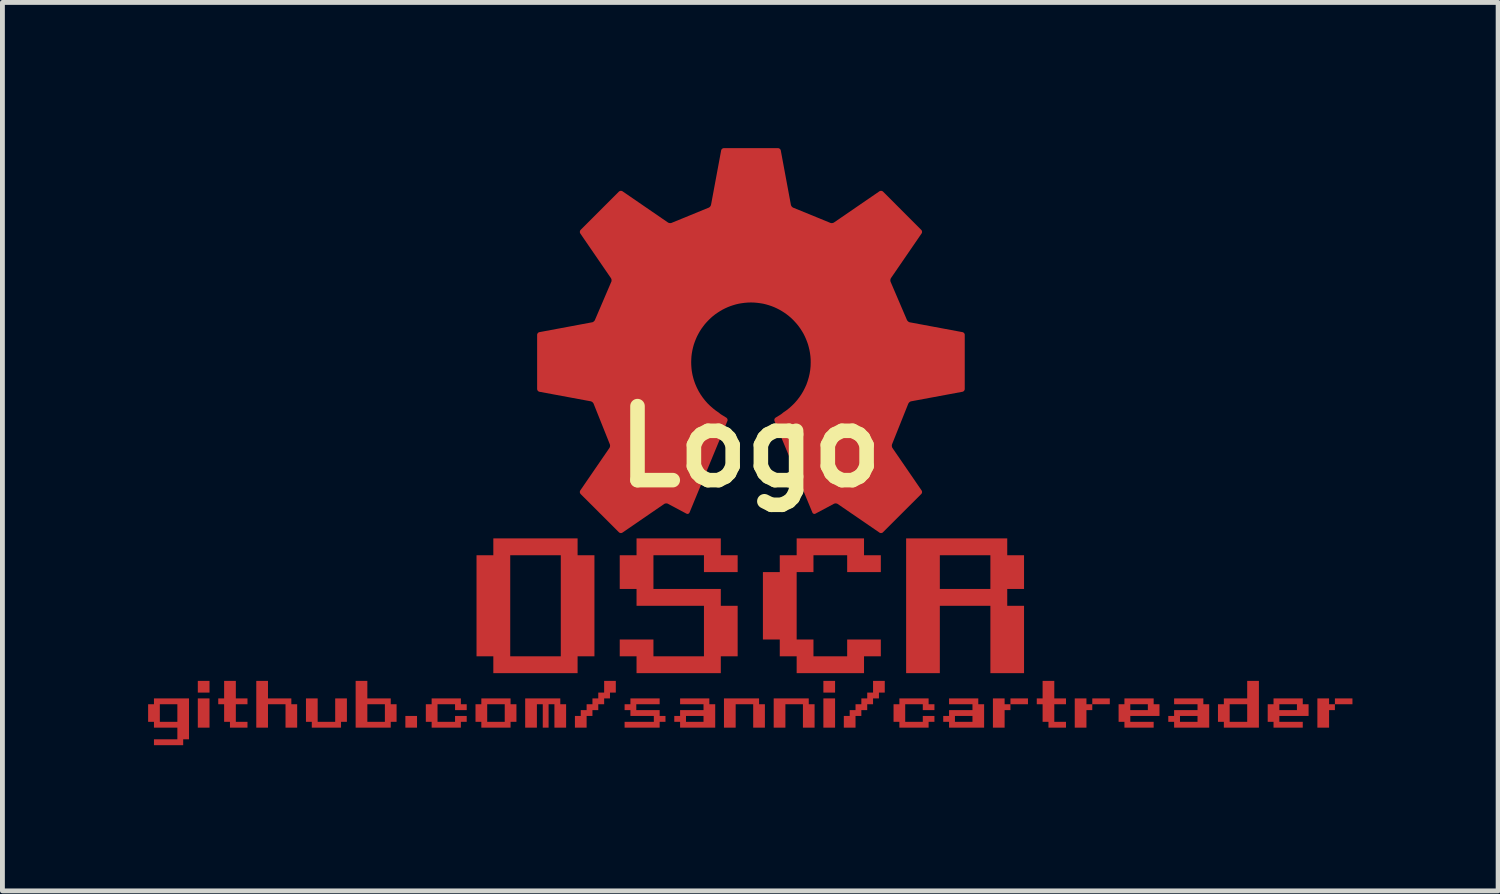
<source format=kicad_pcb>
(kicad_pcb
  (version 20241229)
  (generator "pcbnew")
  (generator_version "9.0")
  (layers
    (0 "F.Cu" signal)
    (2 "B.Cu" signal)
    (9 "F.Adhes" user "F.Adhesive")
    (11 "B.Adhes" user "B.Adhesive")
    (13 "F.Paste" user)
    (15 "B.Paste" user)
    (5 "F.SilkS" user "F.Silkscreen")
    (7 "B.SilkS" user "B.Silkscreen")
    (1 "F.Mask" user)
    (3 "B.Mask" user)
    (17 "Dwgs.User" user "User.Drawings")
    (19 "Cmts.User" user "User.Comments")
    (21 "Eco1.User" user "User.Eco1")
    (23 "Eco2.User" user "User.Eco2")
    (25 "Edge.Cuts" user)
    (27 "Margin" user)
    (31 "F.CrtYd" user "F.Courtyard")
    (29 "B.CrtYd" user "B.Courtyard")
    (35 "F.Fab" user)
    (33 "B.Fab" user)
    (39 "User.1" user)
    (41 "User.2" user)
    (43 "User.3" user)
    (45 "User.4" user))
  (footprint "Logo"
    (layer "F.Cu")
    (at 12.399 6.147)
    (property "Reference" "Logo" (at 0 0 0) (layer "F.SilkS") (effects (font (size 1.524 1.524) (thickness 0.3))))
    (attr board_only exclude_from_pos_files exclude_from_bom)
    (fp_poly (pts (xy -11.135 5.064) (xy -11.376 5.064) (xy -11.376 4.823) (xy -11.135 4.823)) (stroke (width 0) (type solid)) (fill yes) (layer "F.Cu"))
    (fp_poly (pts (xy -11.135 5.786) (xy -11.376 5.786) (xy -11.376 5.184) (xy -11.135 5.184)) (stroke (width 0) (type solid)) (fill yes) (layer "F.Cu"))
    (fp_poly (pts (xy -6.862 5.786) (xy -7.102 5.786) (xy -7.102 5.545) (xy -6.862 5.545)) (stroke (width 0) (type solid)) (fill yes) (layer "F.Cu"))
    (fp_poly (pts (xy 1.746 5.064) (xy 1.505 5.064) (xy 1.505 4.823) (xy 1.746 4.823)) (stroke (width 0) (type solid)) (fill yes) (layer "F.Cu"))
    (fp_poly (pts (xy 1.746 5.786) (xy 1.505 5.786) (xy 1.505 5.184) (xy 1.746 5.184)) (stroke (width 0) (type solid)) (fill yes) (layer "F.Cu"))
    (fp_poly (pts (xy 5.718 5.304) (xy 5.357 5.304) (xy 5.357 5.184) (xy 5.718 5.184)) (stroke (width 0) (type solid)) (fill yes) (layer "F.Cu"))
    (fp_poly (pts (xy 12.399 5.304) (xy 12.038 5.304) (xy 12.038 5.184) (xy 12.399 5.184)) (stroke (width 0) (type solid)) (fill yes) (layer "F.Cu"))
    (fp_poly (pts (xy 5.237 5.304) (xy 5.357 5.304) (xy 5.357 5.425) (xy 5.237 5.425) (xy 5.237 5.786) (xy 4.996 5.786) (xy 4.996 5.184) (xy 5.237 5.184)) (stroke (width 0) (type solid)) (fill yes) (layer "F.Cu"))
    (fp_poly (pts (xy 11.918 5.304) (xy 12.038 5.304) (xy 12.038 5.425) (xy 11.918 5.425) (xy 11.918 5.786) (xy 11.677 5.786) (xy 11.677 5.184) (xy 11.918 5.184)) (stroke (width 0) (type solid)) (fill yes) (layer "F.Cu"))
    (fp_poly (pts (xy 0.181 5.304) (xy 0.301 5.304) (xy 0.301 5.786) (xy 0.06 5.786) (xy 0.06 5.304) (xy -0.301 5.304) (xy -0.301 5.786) (xy -0.542 5.786) (xy -0.542 5.184) (xy 0.181 5.184)) (stroke (width 0) (type solid)) (fill yes) (layer "F.Cu"))
    (fp_poly (pts (xy 1.204 5.304) (xy 1.324 5.304) (xy 1.324 5.786) (xy 1.084 5.786) (xy 1.084 5.304) (xy 0.723 5.304) (xy 0.723 5.786) (xy 0.482 5.786) (xy 0.482 5.184) (xy 1.204 5.184)) (stroke (width 0) (type solid)) (fill yes) (layer "F.Cu"))
    (fp_poly (pts (xy -9.931 5.184) (xy -9.45 5.184) (xy -9.45 5.304) (xy -9.33 5.304) (xy -9.33 5.786) (xy -9.57 5.786) (xy -9.57 5.304) (xy -9.931 5.304) (xy -9.931 5.786) (xy -10.172 5.786) (xy -10.172 4.823) (xy -9.931 4.823)) (stroke (width 0) (type solid)) (fill yes) (layer "F.Cu"))
    (fp_poly (pts (xy -8.908 5.666) (xy -8.547 5.666) (xy -8.547 5.184) (xy -8.306 5.184) (xy -8.306 5.666) (xy -8.427 5.666) (xy -8.427 5.786) (xy -9.029 5.786) (xy -9.029 5.666) (xy -9.149 5.666) (xy -9.149 5.184) (xy -8.908 5.184)) (stroke (width 0) (type solid)) (fill yes) (layer "F.Cu"))
    (fp_poly (pts (xy 6.922 5.304) (xy 7.042 5.304) (xy 7.042 5.184) (xy 7.403 5.184) (xy 7.403 5.304) (xy 7.042 5.304) (xy 7.042 5.425) (xy 6.922 5.425) (xy 6.922 5.786) (xy 6.681 5.786) (xy 6.681 5.184) (xy 6.922 5.184)) (stroke (width 0) (type solid)) (fill yes) (layer "F.Cu"))
    (fp_poly (pts (xy -3.912 5.304) (xy -3.792 5.304) (xy -3.792 5.786) (xy -4.033 5.786) (xy -4.033 5.304) (xy -4.153 5.304) (xy -4.153 5.786) (xy -4.273 5.786) (xy -4.273 5.304) (xy -4.394 5.304) (xy -4.394 5.786) (xy -4.635 5.786) (xy -4.635 5.184) (xy -3.912 5.184)) (stroke (width 0) (type solid)) (fill yes) (layer "F.Cu"))
    (fp_poly (pts (xy -10.593 5.184) (xy -10.353 5.184) (xy -10.353 5.304) (xy -10.593 5.304) (xy -10.593 5.666) (xy -10.353 5.666) (xy -10.353 5.786) (xy -10.714 5.786) (xy -10.714 5.666) (xy -10.834 5.666) (xy -10.834 5.304) (xy -10.955 5.304) (xy -10.955 5.184) (xy -10.834 5.184) (xy -10.834 4.823) (xy -10.593 4.823)) (stroke (width 0) (type solid)) (fill yes) (layer "F.Cu"))
    (fp_poly (pts (xy 6.26 5.184) (xy 6.501 5.184) (xy 6.501 5.304) (xy 6.26 5.304) (xy 6.26 5.666) (xy 6.501 5.666) (xy 6.501 5.786) (xy 6.14 5.786) (xy 6.14 5.666) (xy 6.019 5.666) (xy 6.019 5.304) (xy 5.899 5.304) (xy 5.899 5.184) (xy 6.019 5.184) (xy 6.019 4.823) (xy 6.26 4.823)) (stroke (width 0) (type solid)) (fill yes) (layer "F.Cu"))
    (fp_poly (pts (xy 10.473 5.786) (xy 9.751 5.786) (xy 9.751 5.666) (xy 9.871 5.666) (xy 10.232 5.666) (xy 10.232 5.304) (xy 9.871 5.304) (xy 9.871 5.666) (xy 9.751 5.666) (xy 9.63 5.666) (xy 9.63 5.304) (xy 9.751 5.304) (xy 9.751 5.184) (xy 10.232 5.184) (xy 10.232 4.823) (xy 10.473 4.823)) (stroke (width 0) (type solid)) (fill yes) (layer "F.Cu"))
    (fp_poly (pts (xy -7.885 5.184) (xy -7.403 5.184) (xy -7.403 5.304) (xy -7.283 5.304) (xy -7.283 5.666) (xy -7.403 5.666) (xy -7.403 5.786) (xy -8.126 5.786) (xy -8.126 5.666) (xy -7.885 5.666) (xy -7.524 5.666) (xy -7.524 5.304) (xy -7.885 5.304) (xy -7.885 5.666) (xy -8.126 5.666) (xy -8.126 4.823) (xy -7.885 4.823)) (stroke (width 0) (type solid)) (fill yes) (layer "F.Cu"))
    (fp_poly (pts (xy -4.936 5.304) (xy -4.815 5.304) (xy -4.815 5.666) (xy -4.936 5.666) (xy -4.936 5.786) (xy -5.538 5.786) (xy -5.538 5.666) (xy -5.417 5.666) (xy -5.056 5.666) (xy -5.056 5.304) (xy -5.417 5.304) (xy -5.417 5.666) (xy -5.538 5.666) (xy -5.658 5.666) (xy -5.658 5.304) (xy -5.538 5.304) (xy -5.538 5.184) (xy -4.936 5.184)) (stroke (width 0) (type solid)) (fill yes) (layer "F.Cu"))
    (fp_poly (pts (xy -3.556 2.236) (xy -3.209 2.236) (xy -3.209 4.317) (xy -3.556 4.317) (xy -3.556 4.664) (xy -5.291 4.664) (xy -5.291 4.317) (xy -4.943 4.317) (xy -3.902 4.317) (xy -3.902 2.236) (xy -4.943 2.236) (xy -4.943 4.317) (xy -5.291 4.317) (xy -5.637 4.317) (xy -5.637 2.236) (xy -5.291 2.236) (xy -5.291 1.889) (xy -3.556 1.889)) (stroke (width 0) (type solid)) (fill yes) (layer "F.Cu"))
    (fp_poly (pts (xy -11.557 6.026) (xy -11.677 6.026) (xy -11.677 6.147) (xy -12.279 6.147) (xy -12.279 6.026) (xy -11.797 6.026) (xy -11.797 5.786) (xy -12.279 5.786) (xy -12.279 5.666) (xy -12.158 5.666) (xy -11.797 5.666) (xy -11.797 5.304) (xy -12.158 5.304) (xy -12.158 5.666) (xy -12.279 5.666) (xy -12.399 5.666) (xy -12.399 5.304) (xy -12.279 5.304) (xy -12.279 5.184) (xy -11.557 5.184)) (stroke (width 0) (type solid)) (fill yes) (layer "F.Cu"))
    (fp_poly (pts (xy -5.959 5.304) (xy -5.839 5.304) (xy -5.839 5.425) (xy -6.079 5.425) (xy -6.079 5.304) (xy -6.44 5.304) (xy -6.44 5.666) (xy -6.079 5.666) (xy -6.079 5.545) (xy -5.839 5.545) (xy -5.839 5.666) (xy -5.959 5.666) (xy -5.959 5.786) (xy -6.561 5.786) (xy -6.561 5.666) (xy -6.681 5.666) (xy -6.681 5.304) (xy -6.561 5.304) (xy -6.561 5.184) (xy -5.959 5.184)) (stroke (width 0) (type solid)) (fill yes) (layer "F.Cu"))
    (fp_poly (pts (xy -1.866 5.304) (xy -2.347 5.304) (xy -2.347 5.425) (xy -1.866 5.425) (xy -1.866 5.545) (xy -1.746 5.545) (xy -1.746 5.666) (xy -1.866 5.666) (xy -1.866 5.786) (xy -2.588 5.786) (xy -2.588 5.666) (xy -1.986 5.666) (xy -1.986 5.545) (xy -2.468 5.545) (xy -2.468 5.425) (xy -2.588 5.425) (xy -2.588 5.304) (xy -2.468 5.304) (xy -2.468 5.184) (xy -1.866 5.184)) (stroke (width 0) (type solid)) (fill yes) (layer "F.Cu"))
    (fp_poly (pts (xy -0.843 5.304) (xy -0.722 5.304) (xy -0.722 5.786) (xy -1.445 5.786) (xy -1.445 5.666) (xy -1.324 5.666) (xy -0.963 5.666) (xy -0.963 5.545) (xy -1.324 5.545) (xy -1.324 5.666) (xy -1.445 5.666) (xy -1.565 5.666) (xy -1.565 5.545) (xy -1.445 5.545) (xy -1.445 5.425) (xy -0.963 5.425) (xy -0.963 5.304) (xy -1.445 5.304) (xy -1.445 5.184) (xy -0.843 5.184)) (stroke (width 0) (type solid)) (fill yes) (layer "F.Cu"))
    (fp_poly (pts (xy 3.672 5.304) (xy 3.792 5.304) (xy 3.792 5.425) (xy 3.552 5.425) (xy 3.552 5.304) (xy 3.19 5.304) (xy 3.19 5.666) (xy 3.552 5.666) (xy 3.552 5.545) (xy 3.792 5.545) (xy 3.792 5.666) (xy 3.672 5.666) (xy 3.672 5.786) (xy 3.07 5.786) (xy 3.07 5.666) (xy 2.95 5.666) (xy 2.95 5.304) (xy 3.07 5.304) (xy 3.07 5.184) (xy 3.672 5.184)) (stroke (width 0) (type solid)) (fill yes) (layer "F.Cu"))
    (fp_poly (pts (xy 4.695 5.304) (xy 4.815 5.304) (xy 4.815 5.786) (xy 4.093 5.786) (xy 4.093 5.666) (xy 4.214 5.666) (xy 4.575 5.666) (xy 4.575 5.545) (xy 4.214 5.545) (xy 4.214 5.666) (xy 4.093 5.666) (xy 3.973 5.666) (xy 3.973 5.545) (xy 4.093 5.545) (xy 4.093 5.425) (xy 4.575 5.425) (xy 4.575 5.304) (xy 4.093 5.304) (xy 4.093 5.184) (xy 4.695 5.184)) (stroke (width 0) (type solid)) (fill yes) (layer "F.Cu"))
    (fp_poly (pts (xy 9.329 5.304) (xy 9.45 5.304) (xy 9.45 5.786) (xy 8.727 5.786) (xy 8.727 5.666) (xy 8.848 5.666) (xy 9.209 5.666) (xy 9.209 5.545) (xy 8.848 5.545) (xy 8.848 5.666) (xy 8.727 5.666) (xy 8.607 5.666) (xy 8.607 5.545) (xy 8.727 5.545) (xy 8.727 5.425) (xy 9.209 5.425) (xy 9.209 5.304) (xy 8.727 5.304) (xy 8.727 5.184) (xy 9.329 5.184)) (stroke (width 0) (type solid)) (fill yes) (layer "F.Cu"))
    (fp_poly (pts (xy 5.291 2.236) (xy 5.637 2.236) (xy 5.637 2.93) (xy 5.291 2.93) (xy 5.291 3.277) (xy 5.637 3.277) (xy 5.637 4.664) (xy 4.944 4.664) (xy 4.944 3.277) (xy 3.903 3.277) (xy 3.903 4.664) (xy 3.209 4.664) (xy 3.209 2.93) (xy 3.903 2.93) (xy 4.944 2.93) (xy 4.944 2.236) (xy 3.903 2.236) (xy 3.903 2.93) (xy 3.209 2.93) (xy 3.209 1.889) (xy 5.291 1.889)) (stroke (width 0) (type solid)) (fill yes) (layer "F.Cu"))
    (fp_poly (pts (xy 8.306 5.304) (xy 8.426 5.304) (xy 8.426 5.545) (xy 7.825 5.545) (xy 7.825 5.666) (xy 8.306 5.666) (xy 8.306 5.786) (xy 7.704 5.786) (xy 7.704 5.666) (xy 7.584 5.666) (xy 7.584 5.425) (xy 7.825 5.425) (xy 8.186 5.425) (xy 8.186 5.304) (xy 7.825 5.304) (xy 7.825 5.425) (xy 7.584 5.425) (xy 7.584 5.304) (xy 7.704 5.304) (xy 7.704 5.184) (xy 8.306 5.184)) (stroke (width 0) (type solid)) (fill yes) (layer "F.Cu"))
    (fp_poly (pts (xy 11.376 5.304) (xy 11.496 5.304) (xy 11.496 5.545) (xy 10.894 5.545) (xy 10.894 5.666) (xy 11.376 5.666) (xy 11.376 5.786) (xy 10.774 5.786) (xy 10.774 5.666) (xy 10.654 5.666) (xy 10.654 5.425) (xy 10.894 5.425) (xy 11.256 5.425) (xy 11.256 5.304) (xy 10.894 5.304) (xy 10.894 5.425) (xy 10.654 5.425) (xy 10.654 5.304) (xy 10.774 5.304) (xy 10.774 5.184) (xy 11.376 5.184)) (stroke (width 0) (type solid)) (fill yes) (layer "F.Cu"))
    (fp_poly (pts (xy -2.769 5.064) (xy -2.889 5.064) (xy -2.889 5.184) (xy -3.009 5.184) (xy -3.009 5.304) (xy -3.13 5.304) (xy -3.13 5.425) (xy -3.25 5.425) (xy -3.25 5.545) (xy -3.37 5.545) (xy -3.37 5.786) (xy -3.611 5.786) (xy -3.611 5.545) (xy -3.491 5.545) (xy -3.491 5.425) (xy -3.37 5.425) (xy -3.37 5.304) (xy -3.25 5.304) (xy -3.25 5.184) (xy -3.13 5.184) (xy -3.13 5.064) (xy -3.009 5.064) (xy -3.009 4.823) (xy -2.769 4.823)) (stroke (width 0) (type solid)) (fill yes) (layer "F.Cu"))
    (fp_poly (pts (xy 2.769 5.064) (xy 2.649 5.064) (xy 2.649 5.184) (xy 2.528 5.184) (xy 2.528 5.304) (xy 2.408 5.304) (xy 2.408 5.425) (xy 2.287 5.425) (xy 2.287 5.545) (xy 2.167 5.545) (xy 2.167 5.786) (xy 1.926 5.786) (xy 1.926 5.545) (xy 2.047 5.545) (xy 2.047 5.425) (xy 2.167 5.425) (xy 2.167 5.304) (xy 2.287 5.304) (xy 2.287 5.184) (xy 2.408 5.184) (xy 2.408 5.064) (xy 2.528 5.064) (xy 2.528 4.823) (xy 2.769 4.823)) (stroke (width 0) (type solid)) (fill yes) (layer "F.Cu"))
    (fp_poly (pts (xy -0.607 2.236) (xy -0.26 2.236) (xy -0.26 2.583) (xy -0.954 2.583) (xy -0.954 2.236) (xy -1.994 2.236) (xy -1.994 2.93) (xy -0.607 2.93) (xy -0.607 3.277) (xy -0.26 3.277) (xy -0.26 4.317) (xy -0.607 4.317) (xy -0.607 4.664) (xy -2.342 4.664) (xy -2.342 4.317) (xy -2.688 4.317) (xy -2.688 3.971) (xy -1.994 3.971) (xy -1.994 4.317) (xy -0.954 4.317) (xy -0.954 3.277) (xy -2.342 3.277) (xy -2.342 2.93) (xy -2.688 2.93) (xy -2.688 2.236) (xy -2.342 2.236) (xy -2.342 1.889) (xy -0.607 1.889)) (stroke (width 0) (type solid)) (fill yes) (layer "F.Cu"))
    (fp_poly (pts (xy 2.342 2.236) (xy 2.688 2.236) (xy 2.688 2.583) (xy 1.995 2.583) (xy 1.995 2.236) (xy 1.301 2.236) (xy 1.301 2.583) (xy 0.955 2.583) (xy 0.955 3.971) (xy 1.301 3.971) (xy 1.301 4.317) (xy 1.995 4.317) (xy 1.995 3.971) (xy 2.688 3.971) (xy 2.688 4.317) (xy 2.342 4.317) (xy 2.342 4.664) (xy 0.955 4.664) (xy 0.955 4.317) (xy 0.607 4.317) (xy 0.607 3.971) (xy 0.26 3.971) (xy 0.26 2.583) (xy 0.607 2.583) (xy 0.607 2.236) (xy 0.955 2.236) (xy 0.955 1.889) (xy 2.342 1.889)) (stroke (width 0) (type solid)) (fill yes) (layer "F.Cu"))
    (fp_poly (pts (xy 0.573 -6.147) (xy 0.575 -6.147) (xy 0.578 -6.146) (xy 0.58 -6.146) (xy 0.583 -6.145) (xy 0.585 -6.145) (xy 0.587 -6.144) (xy 0.59 -6.143) (xy 0.592 -6.142) (xy 0.594 -6.141) (xy 0.597 -6.14) (xy 0.599 -6.139) (xy 0.601 -6.137) (xy 0.603 -6.136) (xy 0.605 -6.134) (xy 0.607 -6.133) (xy 0.609 -6.131) (xy 0.611 -6.129) (xy 0.613 -6.128) (xy 0.614 -6.126) (xy 0.616 -6.124) (xy 0.618 -6.122) (xy 0.619 -6.12) (xy 0.62 -6.118) (xy 0.622 -6.115) (xy 0.623 -6.113) (xy 0.624 -6.111) (xy 0.625 -6.109) (xy 0.626 -6.106) (xy 0.627 -6.104) (xy 0.627 -6.102) (xy 0.628 -6.099) (xy 0.836 -4.981) (xy 0.836 -4.978) (xy 0.837 -4.976) (xy 0.839 -4.971) (xy 0.841 -4.966) (xy 0.843 -4.961) (xy 0.846 -4.956) (xy 0.849 -4.951) (xy 0.852 -4.947) (xy 0.856 -4.942) (xy 0.86 -4.938) (xy 0.864 -4.934) (xy 0.868 -4.931) (xy 0.873 -4.927) (xy 0.877 -4.924) (xy 0.882 -4.922) (xy 0.884 -4.92) (xy 0.886 -4.919) (xy 0.889 -4.918) (xy 0.891 -4.918) (xy 1.641 -4.611) (xy 1.645 -4.609) (xy 1.65 -4.607) (xy 1.655 -4.606) (xy 1.661 -4.605) (xy 1.666 -4.604) (xy 1.672 -4.603) (xy 1.678 -4.603) (xy 1.683 -4.604) (xy 1.689 -4.604) (xy 1.695 -4.605) (xy 1.7 -4.606) (xy 1.706 -4.608) (xy 1.711 -4.61) (xy 1.716 -4.612) (xy 1.72 -4.614) (xy 1.725 -4.617) (xy 2.659 -5.258) (xy 2.661 -5.259) (xy 2.663 -5.261) (xy 2.665 -5.262) (xy 2.668 -5.263) (xy 2.67 -5.264) (xy 2.672 -5.265) (xy 2.675 -5.265) (xy 2.677 -5.266) (xy 2.68 -5.266) (xy 2.682 -5.267) (xy 2.687 -5.267) (xy 2.692 -5.268) (xy 2.697 -5.267) (xy 2.702 -5.267) (xy 2.707 -5.266) (xy 2.712 -5.264) (xy 2.715 -5.263) (xy 2.717 -5.262) (xy 2.719 -5.261) (xy 2.722 -5.26) (xy 2.724 -5.259) (xy 2.726 -5.257) (xy 2.728 -5.256) (xy 2.73 -5.254) (xy 2.732 -5.253) (xy 2.734 -5.251) (xy 3.52 -4.464) (xy 3.522 -4.462) (xy 3.524 -4.46) (xy 3.525 -4.458) (xy 3.527 -4.456) (xy 3.528 -4.454) (xy 3.529 -4.452) (xy 3.532 -4.448) (xy 3.533 -4.443) (xy 3.535 -4.438) (xy 3.536 -4.433) (xy 3.537 -4.428) (xy 3.537 -4.423) (xy 3.537 -4.418) (xy 3.536 -4.413) (xy 3.535 -4.408) (xy 3.534 -4.403) (xy 3.533 -4.401) (xy 3.532 -4.398) (xy 3.531 -4.396) (xy 3.53 -4.394) (xy 3.529 -4.392) (xy 3.527 -4.389) (xy 2.897 -3.471) (xy 2.895 -3.467) (xy 2.892 -3.462) (xy 2.89 -3.457) (xy 2.888 -3.452) (xy 2.887 -3.447) (xy 2.886 -3.441) (xy 2.885 -3.436) (xy 2.884 -3.43) (xy 2.884 -3.424) (xy 2.884 -3.419) (xy 2.885 -3.413) (xy 2.886 -3.408) (xy 2.887 -3.402) (xy 2.888 -3.397) (xy 2.89 -3.392) (xy 2.892 -3.388) (xy 3.223 -2.615) (xy 3.225 -2.61) (xy 3.228 -2.605) (xy 3.23 -2.601) (xy 3.234 -2.596) (xy 3.237 -2.592) (xy 3.241 -2.587) (xy 3.245 -2.583) (xy 3.249 -2.579) (xy 3.253 -2.576) (xy 3.258 -2.572) (xy 3.263 -2.569) (xy 3.268 -2.567) (xy 3.273 -2.564) (xy 3.278 -2.562) (xy 3.283 -2.561) (xy 3.287 -2.56) (xy 4.369 -2.358) (xy 4.369 -2.359) (xy 4.371 -2.358) (xy 4.373 -2.357) (xy 4.376 -2.357) (xy 4.378 -2.356) (xy 4.381 -2.355) (xy 4.383 -2.354) (xy 4.385 -2.352) (xy 4.387 -2.351) (xy 4.391 -2.348) (xy 4.395 -2.345) (xy 4.399 -2.342) (xy 4.402 -2.338) (xy 4.406 -2.334) (xy 4.408 -2.33) (xy 4.411 -2.325) (xy 4.412 -2.323) (xy 4.413 -2.32) (xy 4.414 -2.318) (xy 4.414 -2.316) (xy 4.415 -2.313) (xy 4.415 -2.311) (xy 4.416 -2.308) (xy 4.416 -2.306) (xy 4.416 -2.303) (xy 4.416 -2.301) (xy 4.416 -1.188) (xy 4.416 -1.185) (xy 4.416 -1.183) (xy 4.416 -1.18) (xy 4.415 -1.178) (xy 4.415 -1.176) (xy 4.414 -1.173) (xy 4.413 -1.171) (xy 4.413 -1.168) (xy 4.412 -1.166) (xy 4.41 -1.164) (xy 4.409 -1.161) (xy 4.408 -1.159) (xy 4.407 -1.157) (xy 4.405 -1.155) (xy 4.404 -1.153) (xy 4.402 -1.151) (xy 4.401 -1.149) (xy 4.399 -1.147) (xy 4.397 -1.145) (xy 4.395 -1.144) (xy 4.393 -1.142) (xy 4.391 -1.14) (xy 4.389 -1.139) (xy 4.387 -1.138) (xy 4.385 -1.136) (xy 4.383 -1.135) (xy 4.38 -1.134) (xy 4.378 -1.133) (xy 4.376 -1.132) (xy 4.373 -1.131) (xy 4.371 -1.131) (xy 4.368 -1.13) (xy 3.314 -0.934) (xy 3.311 -0.933) (xy 3.309 -0.933) (xy 3.306 -0.932) (xy 3.304 -0.931) (xy 3.299 -0.929) (xy 3.294 -0.927) (xy 3.289 -0.924) (xy 3.284 -0.921) (xy 3.28 -0.918) (xy 3.276 -0.914) (xy 3.271 -0.91) (xy 3.268 -0.906) (xy 3.264 -0.902) (xy 3.261 -0.897) (xy 3.258 -0.893) (xy 3.255 -0.888) (xy 3.253 -0.883) (xy 3.252 -0.881) (xy 3.251 -0.879) (xy 2.922 -0.056) (xy 2.92 -0.051) (xy 2.918 -0.046) (xy 2.917 -0.041) (xy 2.916 -0.036) (xy 2.915 -0.03) (xy 2.915 -0.025) (xy 2.915 -0.019) (xy 2.915 -0.013) (xy 2.916 -0.008) (xy 2.916 -0.002) (xy 2.918 0.003) (xy 2.919 0.009) (xy 2.921 0.014) (xy 2.923 0.019) (xy 2.925 0.024) (xy 2.928 0.028) (xy 3.527 0.901) (xy 3.529 0.903) (xy 3.53 0.905) (xy 3.531 0.907) (xy 3.532 0.91) (xy 3.533 0.912) (xy 3.534 0.914) (xy 3.535 0.917) (xy 3.535 0.919) (xy 3.536 0.922) (xy 3.536 0.924) (xy 3.537 0.929) (xy 3.537 0.934) (xy 3.537 0.939) (xy 3.536 0.944) (xy 3.535 0.949) (xy 3.533 0.954) (xy 3.533 0.957) (xy 3.532 0.959) (xy 3.53 0.961) (xy 3.529 0.964) (xy 3.528 0.966) (xy 3.527 0.968) (xy 3.525 0.97) (xy 3.524 0.972) (xy 3.522 0.974) (xy 3.52 0.976) (xy 2.733 1.762) (xy 2.732 1.764) (xy 2.73 1.766) (xy 2.728 1.767) (xy 2.726 1.769) (xy 2.724 1.77) (xy 2.721 1.771) (xy 2.717 1.774) (xy 2.712 1.775) (xy 2.707 1.777) (xy 2.702 1.778) (xy 2.697 1.779) (xy 2.692 1.779) (xy 2.687 1.779) (xy 2.682 1.778) (xy 2.677 1.777) (xy 2.672 1.776) (xy 2.67 1.775) (xy 2.668 1.774) (xy 2.665 1.773) (xy 2.663 1.772) (xy 2.661 1.771) (xy 2.659 1.769) (xy 1.801 1.181) (xy 1.797 1.178) (xy 1.792 1.176) (xy 1.787 1.174) (xy 1.782 1.172) (xy 1.777 1.171) (xy 1.772 1.17) (xy 1.766 1.169) (xy 1.761 1.169) (xy 1.755 1.169) (xy 1.749 1.169) (xy 1.744 1.17) (xy 1.739 1.171) (xy 1.733 1.172) (xy 1.728 1.174) (xy 1.724 1.176) (xy 1.719 1.178) (xy 1.341 1.38) (xy 1.339 1.381) (xy 1.336 1.382) (xy 1.334 1.383) (xy 1.332 1.383) (xy 1.329 1.384) (xy 1.327 1.384) (xy 1.325 1.385) (xy 1.322 1.385) (xy 1.32 1.385) (xy 1.318 1.385) (xy 1.316 1.385) (xy 1.313 1.384) (xy 1.311 1.384) (xy 1.309 1.384) (xy 1.307 1.383) (xy 1.305 1.382) (xy 1.303 1.381) (xy 1.301 1.38) (xy 1.299 1.379) (xy 1.297 1.378) (xy 1.295 1.377) (xy 1.293 1.376) (xy 1.291 1.374) (xy 1.289 1.373) (xy 1.288 1.371) (xy 1.286 1.369) (xy 1.285 1.367) (xy 1.283 1.366) (xy 1.282 1.364) (xy 1.281 1.361) (xy 1.28 1.359) (xy 1.279 1.357) (xy 0.499 -0.527) (xy 0.498 -0.53) (xy 0.497 -0.532) (xy 0.497 -0.534) (xy 0.496 -0.537) (xy 0.496 -0.539) (xy 0.495 -0.542) (xy 0.495 -0.544) (xy 0.495 -0.547) (xy 0.495 -0.549) (xy 0.495 -0.552) (xy 0.495 -0.554) (xy 0.496 -0.557) (xy 0.496 -0.559) (xy 0.497 -0.562) (xy 0.497 -0.564) (xy 0.498 -0.566) (xy 0.499 -0.569) (xy 0.5 -0.571) (xy 0.501 -0.573) (xy 0.502 -0.576) (xy 0.503 -0.578) (xy 0.504 -0.58) (xy 0.506 -0.582) (xy 0.507 -0.584) (xy 0.509 -0.586) (xy 0.51 -0.588) (xy 0.512 -0.59) (xy 0.514 -0.592) (xy 0.516 -0.593) (xy 0.518 -0.595) (xy 0.52 -0.596) (xy 0.522 -0.598) (xy 0.617 -0.656) (xy 0.623 -0.66) (xy 0.631 -0.665) (xy 0.638 -0.67) (xy 0.646 -0.676) (xy 0.654 -0.682) (xy 0.662 -0.689) (xy 0.669 -0.695) (xy 0.676 -0.701) (xy 0.739 -0.744) (xy 0.799 -0.791) (xy 0.855 -0.841) (xy 0.909 -0.894) (xy 0.959 -0.951) (xy 1.006 -1.011) (xy 1.049 -1.073) (xy 1.088 -1.138) (xy 1.123 -1.206) (xy 1.155 -1.276) (xy 1.181 -1.349) (xy 1.203 -1.423) (xy 1.221 -1.499) (xy 1.234 -1.577) (xy 1.242 -1.657) (xy 1.244 -1.738) (xy 1.243 -1.801) (xy 1.238 -1.864) (xy 1.23 -1.925) (xy 1.219 -1.986) (xy 1.205 -2.046) (xy 1.189 -2.104) (xy 1.169 -2.161) (xy 1.147 -2.217) (xy 1.123 -2.271) (xy 1.096 -2.325) (xy 1.066 -2.376) (xy 1.034 -2.426) (xy 1 -2.474) (xy 0.963 -2.521) (xy 0.924 -2.565) (xy 0.884 -2.608) (xy 0.841 -2.649) (xy 0.796 -2.688) (xy 0.75 -2.724) (xy 0.702 -2.758) (xy 0.652 -2.79) (xy 0.6 -2.82) (xy 0.547 -2.847) (xy 0.493 -2.872) (xy 0.437 -2.894) (xy 0.38 -2.913) (xy 0.321 -2.93) (xy 0.262 -2.944) (xy 0.201 -2.954) (xy 0.139 -2.962) (xy 0.077 -2.967) (xy 0.014 -2.969) (xy -0.05 -2.967) (xy -0.112 -2.962) (xy -0.174 -2.954) (xy -0.234 -2.944) (xy -0.294 -2.93) (xy -0.352 -2.913) (xy -0.409 -2.894) (xy -0.465 -2.872) (xy -0.52 -2.847) (xy -0.573 -2.82) (xy -0.624 -2.79) (xy -0.674 -2.758) (xy -0.723 -2.724) (xy -0.769 -2.688) (xy -0.814 -2.649) (xy -0.856 -2.608) (xy -0.897 -2.565) (xy -0.936 -2.521) (xy -0.972 -2.474) (xy -1.007 -2.426) (xy -1.039 -2.376) (xy -1.068 -2.325) (xy -1.096 -2.271) (xy -1.12 -2.217) (xy -1.142 -2.161) (xy -1.162 -2.104) (xy -1.178 -2.046) (xy -1.192 -1.986) (xy -1.203 -1.925) (xy -1.211 -1.864) (xy -1.215 -1.801) (xy -1.217 -1.738) (xy -1.216 -1.697) (xy -1.214 -1.657) (xy -1.211 -1.617) (xy -1.207 -1.577) (xy -1.201 -1.538) (xy -1.194 -1.499) (xy -1.186 -1.461) (xy -1.176 -1.423) (xy -1.166 -1.386) (xy -1.154 -1.349) (xy -1.141 -1.312) (xy -1.127 -1.276) (xy -1.112 -1.241) (xy -1.096 -1.206) (xy -1.061 -1.138) (xy -1.022 -1.073) (xy -0.979 -1.011) (xy -0.932 -0.951) (xy -0.882 -0.894) (xy -0.828 -0.841) (xy -0.771 -0.791) (xy -0.712 -0.744) (xy -0.649 -0.701) (xy -0.642 -0.695) (xy -0.634 -0.689) (xy -0.627 -0.682) (xy -0.619 -0.676) (xy -0.611 -0.67) (xy -0.603 -0.665) (xy -0.596 -0.66) (xy -0.589 -0.656) (xy -0.495 -0.598) (xy -0.492 -0.596) (xy -0.49 -0.595) (xy -0.488 -0.593) (xy -0.487 -0.592) (xy -0.485 -0.59) (xy -0.483 -0.588) (xy -0.48 -0.584) (xy -0.477 -0.58) (xy -0.475 -0.576) (xy -0.472 -0.571) (xy -0.471 -0.566) (xy -0.469 -0.562) (xy -0.468 -0.557) (xy -0.468 -0.552) (xy -0.468 -0.547) (xy -0.468 -0.542) (xy -0.468 -0.539) (xy -0.469 -0.537) (xy -0.469 -0.534) (xy -0.47 -0.532) (xy -0.471 -0.529) (xy -0.472 -0.527) (xy -1.251 1.357) (xy -1.252 1.359) (xy -1.254 1.361) (xy -1.255 1.363) (xy -1.256 1.366) (xy -1.257 1.367) (xy -1.259 1.369) (xy -1.26 1.371) (xy -1.262 1.373) (xy -1.264 1.374) (xy -1.266 1.376) (xy -1.267 1.377) (xy -1.269 1.378) (xy -1.271 1.379) (xy -1.273 1.38) (xy -1.275 1.381) (xy -1.277 1.382) (xy -1.279 1.383) (xy -1.282 1.384) (xy -1.284 1.384) (xy -1.286 1.384) (xy -1.288 1.385) (xy -1.291 1.385) (xy -1.293 1.385) (xy -1.295 1.385) (xy -1.297 1.385) (xy -1.3 1.384) (xy -1.302 1.384) (xy -1.304 1.383) (xy -1.307 1.383) (xy -1.309 1.382) (xy -1.311 1.381) (xy -1.314 1.38) (xy -1.692 1.178) (xy -1.696 1.176) (xy -1.701 1.174) (xy -1.706 1.172) (xy -1.711 1.17) (xy -1.717 1.17) (xy -1.722 1.169) (xy -1.728 1.169) (xy -1.733 1.169) (xy -1.739 1.169) (xy -1.744 1.17) (xy -1.75 1.171) (xy -1.755 1.172) (xy -1.76 1.174) (xy -1.765 1.176) (xy -1.77 1.178) (xy -1.774 1.181) (xy -2.631 1.769) (xy -2.634 1.771) (xy -2.636 1.772) (xy -2.638 1.773) (xy -2.64 1.774) (xy -2.643 1.775) (xy -2.645 1.776) (xy -2.647 1.777) (xy -2.65 1.777) (xy -2.655 1.778) (xy -2.66 1.779) (xy -2.665 1.779) (xy -2.67 1.779) (xy -2.675 1.778) (xy -2.68 1.777) (xy -2.685 1.775) (xy -2.687 1.774) (xy -2.69 1.773) (xy -2.692 1.772) (xy -2.694 1.771) (xy -2.696 1.77) (xy -2.698 1.769) (xy -2.7 1.767) (xy -2.702 1.766) (xy -2.704 1.764) (xy -2.706 1.762) (xy -3.493 0.976) (xy -3.495 0.974) (xy -3.496 0.972) (xy -3.498 0.97) (xy -3.499 0.968) (xy -3.501 0.966) (xy -3.502 0.963) (xy -3.504 0.959) (xy -3.506 0.954) (xy -3.508 0.949) (xy -3.509 0.944) (xy -3.509 0.939) (xy -3.51 0.934) (xy -3.509 0.929) (xy -3.509 0.924) (xy -3.508 0.919) (xy -3.507 0.914) (xy -3.506 0.912) (xy -3.505 0.91) (xy -3.504 0.907) (xy -3.503 0.905) (xy -3.501 0.903) (xy -3.5 0.901) (xy -2.901 0.028) (xy -2.898 0.024) (xy -2.896 0.019) (xy -2.894 0.014) (xy -2.892 0.009) (xy -2.89 0.003) (xy -2.889 -0.002) (xy -2.888 -0.008) (xy -2.888 -0.013) (xy -2.887 -0.019) (xy -2.887 -0.025) (xy -2.888 -0.03) (xy -2.889 -0.036) (xy -2.89 -0.041) (xy -2.891 -0.047) (xy -2.893 -0.051) (xy -2.895 -0.056) (xy -3.224 -0.879) (xy -3.225 -0.881) (xy -3.226 -0.883) (xy -3.228 -0.888) (xy -3.23 -0.893) (xy -3.233 -0.897) (xy -3.237 -0.902) (xy -3.24 -0.906) (xy -3.244 -0.91) (xy -3.248 -0.914) (xy -3.253 -0.918) (xy -3.257 -0.921) (xy -3.262 -0.924) (xy -3.267 -0.927) (xy -3.272 -0.929) (xy -3.277 -0.931) (xy -3.282 -0.933) (xy -3.284 -0.934) (xy -3.286 -0.934) (xy -4.341 -1.13) (xy -4.344 -1.131) (xy -4.346 -1.131) (xy -4.348 -1.132) (xy -4.351 -1.133) (xy -4.353 -1.134) (xy -4.355 -1.135) (xy -4.358 -1.136) (xy -4.36 -1.138) (xy -4.362 -1.139) (xy -4.364 -1.14) (xy -4.368 -1.144) (xy -4.372 -1.147) (xy -4.375 -1.151) (xy -4.378 -1.155) (xy -4.381 -1.159) (xy -4.383 -1.164) (xy -4.385 -1.168) (xy -4.386 -1.171) (xy -4.387 -1.173) (xy -4.388 -1.176) (xy -4.388 -1.178) (xy -4.388 -1.181) (xy -4.389 -1.183) (xy -4.389 -1.186) (xy -4.389 -1.188) (xy -4.389 -2.301) (xy -4.389 -2.303) (xy -4.389 -2.306) (xy -4.389 -2.308) (xy -4.388 -2.311) (xy -4.388 -2.313) (xy -4.387 -2.316) (xy -4.386 -2.318) (xy -4.385 -2.32) (xy -4.384 -2.323) (xy -4.383 -2.325) (xy -4.382 -2.327) (xy -4.381 -2.329) (xy -4.38 -2.332) (xy -4.378 -2.334) (xy -4.377 -2.336) (xy -4.375 -2.338) (xy -4.373 -2.34) (xy -4.372 -2.342) (xy -4.37 -2.343) (xy -4.368 -2.345) (xy -4.366 -2.347) (xy -4.364 -2.348) (xy -4.362 -2.35) (xy -4.36 -2.351) (xy -4.358 -2.352) (xy -4.355 -2.354) (xy -4.353 -2.355) (xy -4.351 -2.356) (xy -4.348 -2.357) (xy -4.346 -2.357) (xy -4.344 -2.358) (xy -4.341 -2.358) (xy -3.26 -2.56) (xy -3.258 -2.56) (xy -3.255 -2.561) (xy -3.25 -2.562) (xy -3.245 -2.564) (xy -3.24 -2.567) (xy -3.235 -2.569) (xy -3.231 -2.572) (xy -3.226 -2.576) (xy -3.221 -2.579) (xy -3.217 -2.583) (xy -3.213 -2.587) (xy -3.209 -2.592) (xy -3.206 -2.596) (xy -3.203 -2.601) (xy -3.2 -2.605) (xy -3.199 -2.607) (xy -3.198 -2.61) (xy -3.197 -2.612) (xy -3.196 -2.615) (xy -2.865 -3.388) (xy -2.862 -3.392) (xy -2.861 -3.397) (xy -2.859 -3.402) (xy -2.858 -3.408) (xy -2.857 -3.413) (xy -2.857 -3.419) (xy -2.857 -3.424) (xy -2.857 -3.43) (xy -2.857 -3.436) (xy -2.858 -3.441) (xy -2.859 -3.447) (xy -2.861 -3.452) (xy -2.863 -3.457) (xy -2.865 -3.462) (xy -2.867 -3.467) (xy -2.87 -3.471) (xy -3.5 -4.389) (xy -3.501 -4.392) (xy -3.502 -4.394) (xy -3.504 -4.396) (xy -3.505 -4.398) (xy -3.506 -4.401) (xy -3.506 -4.403) (xy -3.507 -4.405) (xy -3.508 -4.408) (xy -3.508 -4.41) (xy -3.509 -4.413) (xy -3.509 -4.418) (xy -3.509 -4.423) (xy -3.509 -4.428) (xy -3.508 -4.433) (xy -3.507 -4.438) (xy -3.506 -4.443) (xy -3.505 -4.445) (xy -3.504 -4.448) (xy -3.503 -4.45) (xy -3.502 -4.452) (xy -3.501 -4.454) (xy -3.499 -4.456) (xy -3.498 -4.458) (xy -3.496 -4.46) (xy -3.495 -4.462) (xy -3.493 -4.464) (xy -2.706 -5.251) (xy -2.704 -5.253) (xy -2.702 -5.254) (xy -2.7 -5.256) (xy -2.698 -5.257) (xy -2.696 -5.259) (xy -2.694 -5.26) (xy -2.689 -5.262) (xy -2.685 -5.264) (xy -2.68 -5.266) (xy -2.675 -5.267) (xy -2.67 -5.267) (xy -2.665 -5.268) (xy -2.66 -5.267) (xy -2.655 -5.267) (xy -2.65 -5.266) (xy -2.645 -5.265) (xy -2.642 -5.264) (xy -2.64 -5.263) (xy -2.638 -5.262) (xy -2.636 -5.261) (xy -2.633 -5.259) (xy -2.631 -5.258) (xy -1.697 -4.617) (xy -1.693 -4.614) (xy -1.688 -4.612) (xy -1.683 -4.61) (xy -1.678 -4.608) (xy -1.673 -4.606) (xy -1.667 -4.605) (xy -1.662 -4.604) (xy -1.656 -4.604) (xy -1.65 -4.603) (xy -1.645 -4.603) (xy -1.639 -4.604) (xy -1.633 -4.605) (xy -1.628 -4.606) (xy -1.623 -4.607) (xy -1.618 -4.609) (xy -1.613 -4.611) (xy -0.864 -4.918) (xy -0.859 -4.919) (xy -0.854 -4.922) (xy -0.849 -4.924) (xy -0.845 -4.927) (xy -0.841 -4.931) (xy -0.836 -4.934) (xy -0.832 -4.938) (xy -0.828 -4.942) (xy -0.825 -4.947) (xy -0.821 -4.951) (xy -0.818 -4.956) (xy -0.816 -4.961) (xy -0.813 -4.966) (xy -0.811 -4.971) (xy -0.81 -4.976) (xy -0.808 -4.981) (xy -0.6 -6.099) (xy -0.6 -6.102) (xy -0.599 -6.104) (xy -0.598 -6.106) (xy -0.598 -6.109) (xy -0.597 -6.111) (xy -0.595 -6.113) (xy -0.594 -6.115) (xy -0.593 -6.118) (xy -0.592 -6.12) (xy -0.59 -6.122) (xy -0.587 -6.126) (xy -0.583 -6.129) (xy -0.58 -6.133) (xy -0.576 -6.136) (xy -0.571 -6.139) (xy -0.567 -6.141) (xy -0.565 -6.142) (xy -0.562 -6.143) (xy -0.56 -6.144) (xy -0.558 -6.145) (xy -0.555 -6.145) (xy -0.553 -6.146) (xy -0.55 -6.146) (xy -0.548 -6.147) (xy -0.545 -6.147) (xy -0.543 -6.147) (xy 0.57 -6.147)) (stroke (width 0) (type solid)) (fill yes) (layer "F.Cu"))
    (fp_poly (pts (xy -11.135 5.064) (xy -11.376 5.064) (xy -11.376 4.823) (xy -11.135 4.823)) (stroke (width 0) (type solid)) (fill yes) (layer "F.Mask"))
    (fp_poly (pts (xy -11.135 5.786) (xy -11.376 5.786) (xy -11.376 5.184) (xy -11.135 5.184)) (stroke (width 0) (type solid)) (fill yes) (layer "F.Mask"))
    (fp_poly (pts (xy -6.862 5.786) (xy -7.102 5.786) (xy -7.102 5.545) (xy -6.862 5.545)) (stroke (width 0) (type solid)) (fill yes) (layer "F.Mask"))
    (fp_poly (pts (xy 1.746 5.064) (xy 1.505 5.064) (xy 1.505 4.823) (xy 1.746 4.823)) (stroke (width 0) (type solid)) (fill yes) (layer "F.Mask"))
    (fp_poly (pts (xy 1.746 5.786) (xy 1.505 5.786) (xy 1.505 5.184) (xy 1.746 5.184)) (stroke (width 0) (type solid)) (fill yes) (layer "F.Mask"))
    (fp_poly (pts (xy 5.718 5.304) (xy 5.357 5.304) (xy 5.357 5.184) (xy 5.718 5.184)) (stroke (width 0) (type solid)) (fill yes) (layer "F.Mask"))
    (fp_poly (pts (xy 12.399 5.304) (xy 12.038 5.304) (xy 12.038 5.184) (xy 12.399 5.184)) (stroke (width 0) (type solid)) (fill yes) (layer "F.Mask"))
    (fp_poly (pts (xy 5.237 5.304) (xy 5.357 5.304) (xy 5.357 5.425) (xy 5.237 5.425) (xy 5.237 5.786) (xy 4.996 5.786) (xy 4.996 5.184) (xy 5.237 5.184)) (stroke (width 0) (type solid)) (fill yes) (layer "F.Mask"))
    (fp_poly (pts (xy 11.918 5.304) (xy 12.038 5.304) (xy 12.038 5.425) (xy 11.918 5.425) (xy 11.918 5.786) (xy 11.677 5.786) (xy 11.677 5.184) (xy 11.918 5.184)) (stroke (width 0) (type solid)) (fill yes) (layer "F.Mask"))
    (fp_poly (pts (xy 0.181 5.304) (xy 0.301 5.304) (xy 0.301 5.786) (xy 0.06 5.786) (xy 0.06 5.304) (xy -0.301 5.304) (xy -0.301 5.786) (xy -0.542 5.786) (xy -0.542 5.184) (xy 0.181 5.184)) (stroke (width 0) (type solid)) (fill yes) (layer "F.Mask"))
    (fp_poly (pts (xy 1.204 5.304) (xy 1.324 5.304) (xy 1.324 5.786) (xy 1.084 5.786) (xy 1.084 5.304) (xy 0.723 5.304) (xy 0.723 5.786) (xy 0.482 5.786) (xy 0.482 5.184) (xy 1.204 5.184)) (stroke (width 0) (type solid)) (fill yes) (layer "F.Mask"))
    (fp_poly (pts (xy -9.931 5.184) (xy -9.45 5.184) (xy -9.45 5.304) (xy -9.33 5.304) (xy -9.33 5.786) (xy -9.57 5.786) (xy -9.57 5.304) (xy -9.931 5.304) (xy -9.931 5.786) (xy -10.172 5.786) (xy -10.172 4.823) (xy -9.931 4.823)) (stroke (width 0) (type solid)) (fill yes) (layer "F.Mask"))
    (fp_poly (pts (xy -8.908 5.666) (xy -8.547 5.666) (xy -8.547 5.184) (xy -8.306 5.184) (xy -8.306 5.666) (xy -8.427 5.666) (xy -8.427 5.786) (xy -9.029 5.786) (xy -9.029 5.666) (xy -9.149 5.666) (xy -9.149 5.184) (xy -8.908 5.184)) (stroke (width 0) (type solid)) (fill yes) (layer "F.Mask"))
    (fp_poly (pts (xy 6.922 5.304) (xy 7.042 5.304) (xy 7.042 5.184) (xy 7.403 5.184) (xy 7.403 5.304) (xy 7.042 5.304) (xy 7.042 5.425) (xy 6.922 5.425) (xy 6.922 5.786) (xy 6.681 5.786) (xy 6.681 5.184) (xy 6.922 5.184)) (stroke (width 0) (type solid)) (fill yes) (layer "F.Mask"))
    (fp_poly (pts (xy -3.912 5.304) (xy -3.792 5.304) (xy -3.792 5.786) (xy -4.033 5.786) (xy -4.033 5.304) (xy -4.153 5.304) (xy -4.153 5.786) (xy -4.273 5.786) (xy -4.273 5.304) (xy -4.394 5.304) (xy -4.394 5.786) (xy -4.635 5.786) (xy -4.635 5.184) (xy -3.912 5.184)) (stroke (width 0) (type solid)) (fill yes) (layer "F.Mask"))
    (fp_poly (pts (xy -10.593 5.184) (xy -10.353 5.184) (xy -10.353 5.304) (xy -10.593 5.304) (xy -10.593 5.666) (xy -10.353 5.666) (xy -10.353 5.786) (xy -10.714 5.786) (xy -10.714 5.666) (xy -10.834 5.666) (xy -10.834 5.304) (xy -10.955 5.304) (xy -10.955 5.184) (xy -10.834 5.184) (xy -10.834 4.823) (xy -10.593 4.823)) (stroke (width 0) (type solid)) (fill yes) (layer "F.Mask"))
    (fp_poly (pts (xy 6.26 5.184) (xy 6.501 5.184) (xy 6.501 5.304) (xy 6.26 5.304) (xy 6.26 5.666) (xy 6.501 5.666) (xy 6.501 5.786) (xy 6.14 5.786) (xy 6.14 5.666) (xy 6.019 5.666) (xy 6.019 5.304) (xy 5.899 5.304) (xy 5.899 5.184) (xy 6.019 5.184) (xy 6.019 4.823) (xy 6.26 4.823)) (stroke (width 0) (type solid)) (fill yes) (layer "F.Mask"))
    (fp_poly (pts (xy 10.473 5.786) (xy 9.751 5.786) (xy 9.751 5.666) (xy 9.871 5.666) (xy 10.232 5.666) (xy 10.232 5.304) (xy 9.871 5.304) (xy 9.871 5.666) (xy 9.751 5.666) (xy 9.63 5.666) (xy 9.63 5.304) (xy 9.751 5.304) (xy 9.751 5.184) (xy 10.232 5.184) (xy 10.232 4.823) (xy 10.473 4.823)) (stroke (width 0) (type solid)) (fill yes) (layer "F.Mask"))
    (fp_poly (pts (xy -7.885 5.184) (xy -7.403 5.184) (xy -7.403 5.304) (xy -7.283 5.304) (xy -7.283 5.666) (xy -7.403 5.666) (xy -7.403 5.786) (xy -8.126 5.786) (xy -8.126 5.666) (xy -7.885 5.666) (xy -7.524 5.666) (xy -7.524 5.304) (xy -7.885 5.304) (xy -7.885 5.666) (xy -8.126 5.666) (xy -8.126 4.823) (xy -7.885 4.823)) (stroke (width 0) (type solid)) (fill yes) (layer "F.Mask"))
    (fp_poly (pts (xy -4.936 5.304) (xy -4.815 5.304) (xy -4.815 5.666) (xy -4.936 5.666) (xy -4.936 5.786) (xy -5.538 5.786) (xy -5.538 5.666) (xy -5.417 5.666) (xy -5.056 5.666) (xy -5.056 5.304) (xy -5.417 5.304) (xy -5.417 5.666) (xy -5.538 5.666) (xy -5.658 5.666) (xy -5.658 5.304) (xy -5.538 5.304) (xy -5.538 5.184) (xy -4.936 5.184)) (stroke (width 0) (type solid)) (fill yes) (layer "F.Mask"))
    (fp_poly (pts (xy -3.556 2.236) (xy -3.209 2.236) (xy -3.209 4.317) (xy -3.556 4.317) (xy -3.556 4.664) (xy -5.291 4.664) (xy -5.291 4.317) (xy -4.943 4.317) (xy -3.902 4.317) (xy -3.902 2.236) (xy -4.943 2.236) (xy -4.943 4.317) (xy -5.291 4.317) (xy -5.637 4.317) (xy -5.637 2.236) (xy -5.291 2.236) (xy -5.291 1.889) (xy -3.556 1.889)) (stroke (width 0) (type solid)) (fill yes) (layer "F.Mask"))
    (fp_poly (pts (xy -11.557 6.026) (xy -11.677 6.026) (xy -11.677 6.147) (xy -12.279 6.147) (xy -12.279 6.026) (xy -11.797 6.026) (xy -11.797 5.786) (xy -12.279 5.786) (xy -12.279 5.666) (xy -12.158 5.666) (xy -11.797 5.666) (xy -11.797 5.304) (xy -12.158 5.304) (xy -12.158 5.666) (xy -12.279 5.666) (xy -12.399 5.666) (xy -12.399 5.304) (xy -12.279 5.304) (xy -12.279 5.184) (xy -11.557 5.184)) (stroke (width 0) (type solid)) (fill yes) (layer "F.Mask"))
    (fp_poly (pts (xy -5.959 5.304) (xy -5.839 5.304) (xy -5.839 5.425) (xy -6.079 5.425) (xy -6.079 5.304) (xy -6.44 5.304) (xy -6.44 5.666) (xy -6.079 5.666) (xy -6.079 5.545) (xy -5.839 5.545) (xy -5.839 5.666) (xy -5.959 5.666) (xy -5.959 5.786) (xy -6.561 5.786) (xy -6.561 5.666) (xy -6.681 5.666) (xy -6.681 5.304) (xy -6.561 5.304) (xy -6.561 5.184) (xy -5.959 5.184)) (stroke (width 0) (type solid)) (fill yes) (layer "F.Mask"))
    (fp_poly (pts (xy -1.866 5.304) (xy -2.347 5.304) (xy -2.347 5.425) (xy -1.866 5.425) (xy -1.866 5.545) (xy -1.746 5.545) (xy -1.746 5.666) (xy -1.866 5.666) (xy -1.866 5.786) (xy -2.588 5.786) (xy -2.588 5.666) (xy -1.986 5.666) (xy -1.986 5.545) (xy -2.468 5.545) (xy -2.468 5.425) (xy -2.588 5.425) (xy -2.588 5.304) (xy -2.468 5.304) (xy -2.468 5.184) (xy -1.866 5.184)) (stroke (width 0) (type solid)) (fill yes) (layer "F.Mask"))
    (fp_poly (pts (xy -0.843 5.304) (xy -0.722 5.304) (xy -0.722 5.786) (xy -1.445 5.786) (xy -1.445 5.666) (xy -1.324 5.666) (xy -0.963 5.666) (xy -0.963 5.545) (xy -1.324 5.545) (xy -1.324 5.666) (xy -1.445 5.666) (xy -1.565 5.666) (xy -1.565 5.545) (xy -1.445 5.545) (xy -1.445 5.425) (xy -0.963 5.425) (xy -0.963 5.304) (xy -1.445 5.304) (xy -1.445 5.184) (xy -0.843 5.184)) (stroke (width 0) (type solid)) (fill yes) (layer "F.Mask"))
    (fp_poly (pts (xy 3.672 5.304) (xy 3.792 5.304) (xy 3.792 5.425) (xy 3.552 5.425) (xy 3.552 5.304) (xy 3.19 5.304) (xy 3.19 5.666) (xy 3.552 5.666) (xy 3.552 5.545) (xy 3.792 5.545) (xy 3.792 5.666) (xy 3.672 5.666) (xy 3.672 5.786) (xy 3.07 5.786) (xy 3.07 5.666) (xy 2.95 5.666) (xy 2.95 5.304) (xy 3.07 5.304) (xy 3.07 5.184) (xy 3.672 5.184)) (stroke (width 0) (type solid)) (fill yes) (layer "F.Mask"))
    (fp_poly (pts (xy 4.695 5.304) (xy 4.815 5.304) (xy 4.815 5.786) (xy 4.093 5.786) (xy 4.093 5.666) (xy 4.214 5.666) (xy 4.575 5.666) (xy 4.575 5.545) (xy 4.214 5.545) (xy 4.214 5.666) (xy 4.093 5.666) (xy 3.973 5.666) (xy 3.973 5.545) (xy 4.093 5.545) (xy 4.093 5.425) (xy 4.575 5.425) (xy 4.575 5.304) (xy 4.093 5.304) (xy 4.093 5.184) (xy 4.695 5.184)) (stroke (width 0) (type solid)) (fill yes) (layer "F.Mask"))
    (fp_poly (pts (xy 9.329 5.304) (xy 9.45 5.304) (xy 9.45 5.786) (xy 8.727 5.786) (xy 8.727 5.666) (xy 8.848 5.666) (xy 9.209 5.666) (xy 9.209 5.545) (xy 8.848 5.545) (xy 8.848 5.666) (xy 8.727 5.666) (xy 8.607 5.666) (xy 8.607 5.545) (xy 8.727 5.545) (xy 8.727 5.425) (xy 9.209 5.425) (xy 9.209 5.304) (xy 8.727 5.304) (xy 8.727 5.184) (xy 9.329 5.184)) (stroke (width 0) (type solid)) (fill yes) (layer "F.Mask"))
    (fp_poly (pts (xy 5.291 2.236) (xy 5.637 2.236) (xy 5.637 2.93) (xy 5.291 2.93) (xy 5.291 3.277) (xy 5.637 3.277) (xy 5.637 4.664) (xy 4.944 4.664) (xy 4.944 3.277) (xy 3.903 3.277) (xy 3.903 4.664) (xy 3.209 4.664) (xy 3.209 2.93) (xy 3.903 2.93) (xy 4.944 2.93) (xy 4.944 2.236) (xy 3.903 2.236) (xy 3.903 2.93) (xy 3.209 2.93) (xy 3.209 1.889) (xy 5.291 1.889)) (stroke (width 0) (type solid)) (fill yes) (layer "F.Mask"))
    (fp_poly (pts (xy 8.306 5.304) (xy 8.426 5.304) (xy 8.426 5.545) (xy 7.825 5.545) (xy 7.825 5.666) (xy 8.306 5.666) (xy 8.306 5.786) (xy 7.704 5.786) (xy 7.704 5.666) (xy 7.584 5.666) (xy 7.584 5.425) (xy 7.825 5.425) (xy 8.186 5.425) (xy 8.186 5.304) (xy 7.825 5.304) (xy 7.825 5.425) (xy 7.584 5.425) (xy 7.584 5.304) (xy 7.704 5.304) (xy 7.704 5.184) (xy 8.306 5.184)) (stroke (width 0) (type solid)) (fill yes) (layer "F.Mask"))
    (fp_poly (pts (xy 11.376 5.304) (xy 11.496 5.304) (xy 11.496 5.545) (xy 10.894 5.545) (xy 10.894 5.666) (xy 11.376 5.666) (xy 11.376 5.786) (xy 10.774 5.786) (xy 10.774 5.666) (xy 10.654 5.666) (xy 10.654 5.425) (xy 10.894 5.425) (xy 11.256 5.425) (xy 11.256 5.304) (xy 10.894 5.304) (xy 10.894 5.425) (xy 10.654 5.425) (xy 10.654 5.304) (xy 10.774 5.304) (xy 10.774 5.184) (xy 11.376 5.184)) (stroke (width 0) (type solid)) (fill yes) (layer "F.Mask"))
    (fp_poly (pts (xy -2.769 5.064) (xy -2.889 5.064) (xy -2.889 5.184) (xy -3.009 5.184) (xy -3.009 5.304) (xy -3.13 5.304) (xy -3.13 5.425) (xy -3.25 5.425) (xy -3.25 5.545) (xy -3.37 5.545) (xy -3.37 5.786) (xy -3.611 5.786) (xy -3.611 5.545) (xy -3.491 5.545) (xy -3.491 5.425) (xy -3.37 5.425) (xy -3.37 5.304) (xy -3.25 5.304) (xy -3.25 5.184) (xy -3.13 5.184) (xy -3.13 5.064) (xy -3.009 5.064) (xy -3.009 4.823) (xy -2.769 4.823)) (stroke (width 0) (type solid)) (fill yes) (layer "F.Mask"))
    (fp_poly (pts (xy 2.769 5.064) (xy 2.649 5.064) (xy 2.649 5.184) (xy 2.528 5.184) (xy 2.528 5.304) (xy 2.408 5.304) (xy 2.408 5.425) (xy 2.287 5.425) (xy 2.287 5.545) (xy 2.167 5.545) (xy 2.167 5.786) (xy 1.926 5.786) (xy 1.926 5.545) (xy 2.047 5.545) (xy 2.047 5.425) (xy 2.167 5.425) (xy 2.167 5.304) (xy 2.287 5.304) (xy 2.287 5.184) (xy 2.408 5.184) (xy 2.408 5.064) (xy 2.528 5.064) (xy 2.528 4.823) (xy 2.769 4.823)) (stroke (width 0) (type solid)) (fill yes) (layer "F.Mask"))
    (fp_poly (pts (xy -0.607 2.236) (xy -0.26 2.236) (xy -0.26 2.583) (xy -0.954 2.583) (xy -0.954 2.236) (xy -1.994 2.236) (xy -1.994 2.93) (xy -0.607 2.93) (xy -0.607 3.277) (xy -0.26 3.277) (xy -0.26 4.317) (xy -0.607 4.317) (xy -0.607 4.664) (xy -2.342 4.664) (xy -2.342 4.317) (xy -2.688 4.317) (xy -2.688 3.971) (xy -1.994 3.971) (xy -1.994 4.317) (xy -0.954 4.317) (xy -0.954 3.277) (xy -2.342 3.277) (xy -2.342 2.93) (xy -2.688 2.93) (xy -2.688 2.236) (xy -2.342 2.236) (xy -2.342 1.889) (xy -0.607 1.889)) (stroke (width 0) (type solid)) (fill yes) (layer "F.Mask"))
    (fp_poly (pts (xy 2.342 2.236) (xy 2.688 2.236) (xy 2.688 2.583) (xy 1.995 2.583) (xy 1.995 2.236) (xy 1.301 2.236) (xy 1.301 2.583) (xy 0.955 2.583) (xy 0.955 3.971) (xy 1.301 3.971) (xy 1.301 4.317) (xy 1.995 4.317) (xy 1.995 3.971) (xy 2.688 3.971) (xy 2.688 4.317) (xy 2.342 4.317) (xy 2.342 4.664) (xy 0.955 4.664) (xy 0.955 4.317) (xy 0.607 4.317) (xy 0.607 3.971) (xy 0.26 3.971) (xy 0.26 2.583) (xy 0.607 2.583) (xy 0.607 2.236) (xy 0.955 2.236) (xy 0.955 1.889) (xy 2.342 1.889)) (stroke (width 0) (type solid)) (fill yes) (layer "F.Mask"))
    (fp_poly (pts (xy 0.573 -6.147) (xy 0.575 -6.147) (xy 0.578 -6.146) (xy 0.58 -6.146) (xy 0.583 -6.145) (xy 0.585 -6.145) (xy 0.587 -6.144) (xy 0.59 -6.143) (xy 0.592 -6.142) (xy 0.594 -6.141) (xy 0.597 -6.14) (xy 0.599 -6.139) (xy 0.601 -6.137) (xy 0.603 -6.136) (xy 0.605 -6.134) (xy 0.607 -6.133) (xy 0.609 -6.131) (xy 0.611 -6.129) (xy 0.613 -6.128) (xy 0.614 -6.126) (xy 0.616 -6.124) (xy 0.618 -6.122) (xy 0.619 -6.12) (xy 0.62 -6.118) (xy 0.622 -6.115) (xy 0.623 -6.113) (xy 0.624 -6.111) (xy 0.625 -6.109) (xy 0.626 -6.106) (xy 0.627 -6.104) (xy 0.627 -6.102) (xy 0.628 -6.099) (xy 0.836 -4.981) (xy 0.836 -4.978) (xy 0.837 -4.976) (xy 0.839 -4.971) (xy 0.841 -4.966) (xy 0.843 -4.961) (xy 0.846 -4.956) (xy 0.849 -4.951) (xy 0.852 -4.947) (xy 0.856 -4.942) (xy 0.86 -4.938) (xy 0.864 -4.934) (xy 0.868 -4.931) (xy 0.873 -4.927) (xy 0.877 -4.924) (xy 0.882 -4.922) (xy 0.884 -4.92) (xy 0.886 -4.919) (xy 0.889 -4.918) (xy 0.891 -4.918) (xy 1.641 -4.611) (xy 1.645 -4.609) (xy 1.65 -4.607) (xy 1.655 -4.606) (xy 1.661 -4.605) (xy 1.666 -4.604) (xy 1.672 -4.603) (xy 1.678 -4.603) (xy 1.683 -4.604) (xy 1.689 -4.604) (xy 1.695 -4.605) (xy 1.7 -4.606) (xy 1.706 -4.608) (xy 1.711 -4.61) (xy 1.716 -4.612) (xy 1.72 -4.614) (xy 1.725 -4.617) (xy 2.659 -5.258) (xy 2.661 -5.259) (xy 2.663 -5.261) (xy 2.665 -5.262) (xy 2.668 -5.263) (xy 2.67 -5.264) (xy 2.672 -5.265) (xy 2.675 -5.265) (xy 2.677 -5.266) (xy 2.68 -5.266) (xy 2.682 -5.267) (xy 2.687 -5.267) (xy 2.692 -5.268) (xy 2.697 -5.267) (xy 2.702 -5.267) (xy 2.707 -5.266) (xy 2.712 -5.264) (xy 2.715 -5.263) (xy 2.717 -5.262) (xy 2.719 -5.261) (xy 2.722 -5.26) (xy 2.724 -5.259) (xy 2.726 -5.257) (xy 2.728 -5.256) (xy 2.73 -5.254) (xy 2.732 -5.253) (xy 2.734 -5.251) (xy 3.52 -4.464) (xy 3.522 -4.462) (xy 3.524 -4.46) (xy 3.525 -4.458) (xy 3.527 -4.456) (xy 3.528 -4.454) (xy 3.529 -4.452) (xy 3.532 -4.448) (xy 3.533 -4.443) (xy 3.535 -4.438) (xy 3.536 -4.433) (xy 3.537 -4.428) (xy 3.537 -4.423) (xy 3.537 -4.418) (xy 3.536 -4.413) (xy 3.535 -4.408) (xy 3.534 -4.403) (xy 3.533 -4.401) (xy 3.532 -4.398) (xy 3.531 -4.396) (xy 3.53 -4.394) (xy 3.529 -4.392) (xy 3.527 -4.389) (xy 2.897 -3.471) (xy 2.895 -3.467) (xy 2.892 -3.462) (xy 2.89 -3.457) (xy 2.888 -3.452) (xy 2.887 -3.447) (xy 2.886 -3.441) (xy 2.885 -3.436) (xy 2.884 -3.43) (xy 2.884 -3.424) (xy 2.884 -3.419) (xy 2.885 -3.413) (xy 2.886 -3.408) (xy 2.887 -3.402) (xy 2.888 -3.397) (xy 2.89 -3.392) (xy 2.892 -3.388) (xy 3.223 -2.615) (xy 3.225 -2.61) (xy 3.228 -2.605) (xy 3.23 -2.601) (xy 3.234 -2.596) (xy 3.237 -2.592) (xy 3.241 -2.587) (xy 3.245 -2.583) (xy 3.249 -2.579) (xy 3.253 -2.576) (xy 3.258 -2.572) (xy 3.263 -2.569) (xy 3.268 -2.567) (xy 3.273 -2.564) (xy 3.278 -2.562) (xy 3.283 -2.561) (xy 3.287 -2.56) (xy 4.369 -2.358) (xy 4.369 -2.359) (xy 4.371 -2.358) (xy 4.373 -2.357) (xy 4.376 -2.357) (xy 4.378 -2.356) (xy 4.381 -2.355) (xy 4.383 -2.354) (xy 4.385 -2.352) (xy 4.387 -2.351) (xy 4.391 -2.348) (xy 4.395 -2.345) (xy 4.399 -2.342) (xy 4.402 -2.338) (xy 4.406 -2.334) (xy 4.408 -2.33) (xy 4.411 -2.325) (xy 4.412 -2.323) (xy 4.413 -2.32) (xy 4.414 -2.318) (xy 4.414 -2.316) (xy 4.415 -2.313) (xy 4.415 -2.311) (xy 4.416 -2.308) (xy 4.416 -2.306) (xy 4.416 -2.303) (xy 4.416 -2.301) (xy 4.416 -1.188) (xy 4.416 -1.185) (xy 4.416 -1.183) (xy 4.416 -1.18) (xy 4.415 -1.178) (xy 4.415 -1.176) (xy 4.414 -1.173) (xy 4.413 -1.171) (xy 4.413 -1.168) (xy 4.412 -1.166) (xy 4.41 -1.164) (xy 4.409 -1.161) (xy 4.408 -1.159) (xy 4.407 -1.157) (xy 4.405 -1.155) (xy 4.404 -1.153) (xy 4.402 -1.151) (xy 4.401 -1.149) (xy 4.399 -1.147) (xy 4.397 -1.145) (xy 4.395 -1.144) (xy 4.393 -1.142) (xy 4.391 -1.14) (xy 4.389 -1.139) (xy 4.387 -1.138) (xy 4.385 -1.136) (xy 4.383 -1.135) (xy 4.38 -1.134) (xy 4.378 -1.133) (xy 4.376 -1.132) (xy 4.373 -1.131) (xy 4.371 -1.131) (xy 4.368 -1.13) (xy 3.314 -0.934) (xy 3.311 -0.933) (xy 3.309 -0.933) (xy 3.306 -0.932) (xy 3.304 -0.931) (xy 3.299 -0.929) (xy 3.294 -0.927) (xy 3.289 -0.924) (xy 3.284 -0.921) (xy 3.28 -0.918) (xy 3.276 -0.914) (xy 3.271 -0.91) (xy 3.268 -0.906) (xy 3.264 -0.902) (xy 3.261 -0.897) (xy 3.258 -0.893) (xy 3.255 -0.888) (xy 3.253 -0.883) (xy 3.252 -0.881) (xy 3.251 -0.879) (xy 2.922 -0.056) (xy 2.92 -0.051) (xy 2.918 -0.046) (xy 2.917 -0.041) (xy 2.916 -0.036) (xy 2.915 -0.03) (xy 2.915 -0.025) (xy 2.915 -0.019) (xy 2.915 -0.013) (xy 2.916 -0.008) (xy 2.916 -0.002) (xy 2.918 0.003) (xy 2.919 0.009) (xy 2.921 0.014) (xy 2.923 0.019) (xy 2.925 0.024) (xy 2.928 0.028) (xy 3.527 0.901) (xy 3.529 0.903) (xy 3.53 0.905) (xy 3.531 0.907) (xy 3.532 0.91) (xy 3.533 0.912) (xy 3.534 0.914) (xy 3.535 0.917) (xy 3.535 0.919) (xy 3.536 0.922) (xy 3.536 0.924) (xy 3.537 0.929) (xy 3.537 0.934) (xy 3.537 0.939) (xy 3.536 0.944) (xy 3.535 0.949) (xy 3.533 0.954) (xy 3.533 0.957) (xy 3.532 0.959) (xy 3.53 0.961) (xy 3.529 0.964) (xy 3.528 0.966) (xy 3.527 0.968) (xy 3.525 0.97) (xy 3.524 0.972) (xy 3.522 0.974) (xy 3.52 0.976) (xy 2.733 1.762) (xy 2.732 1.764) (xy 2.73 1.766) (xy 2.728 1.767) (xy 2.726 1.769) (xy 2.724 1.77) (xy 2.721 1.771) (xy 2.717 1.774) (xy 2.712 1.775) (xy 2.707 1.777) (xy 2.702 1.778) (xy 2.697 1.779) (xy 2.692 1.779) (xy 2.687 1.779) (xy 2.682 1.778) (xy 2.677 1.777) (xy 2.672 1.776) (xy 2.67 1.775) (xy 2.668 1.774) (xy 2.665 1.773) (xy 2.663 1.772) (xy 2.661 1.771) (xy 2.659 1.769) (xy 1.801 1.181) (xy 1.797 1.178) (xy 1.792 1.176) (xy 1.787 1.174) (xy 1.782 1.172) (xy 1.777 1.171) (xy 1.772 1.17) (xy 1.766 1.169) (xy 1.761 1.169) (xy 1.755 1.169) (xy 1.749 1.169) (xy 1.744 1.17) (xy 1.739 1.171) (xy 1.733 1.172) (xy 1.728 1.174) (xy 1.724 1.176) (xy 1.719 1.178) (xy 1.341 1.38) (xy 1.339 1.381) (xy 1.336 1.382) (xy 1.334 1.383) (xy 1.332 1.383) (xy 1.329 1.384) (xy 1.327 1.384) (xy 1.325 1.385) (xy 1.322 1.385) (xy 1.32 1.385) (xy 1.318 1.385) (xy 1.316 1.385) (xy 1.313 1.384) (xy 1.311 1.384) (xy 1.309 1.384) (xy 1.307 1.383) (xy 1.305 1.382) (xy 1.303 1.381) (xy 1.301 1.38) (xy 1.299 1.379) (xy 1.297 1.378) (xy 1.295 1.377) (xy 1.293 1.376) (xy 1.291 1.374) (xy 1.289 1.373) (xy 1.288 1.371) (xy 1.286 1.369) (xy 1.285 1.367) (xy 1.283 1.366) (xy 1.282 1.364) (xy 1.281 1.361) (xy 1.28 1.359) (xy 1.279 1.357) (xy 0.499 -0.527) (xy 0.498 -0.53) (xy 0.497 -0.532) (xy 0.497 -0.534) (xy 0.496 -0.537) (xy 0.496 -0.539) (xy 0.495 -0.542) (xy 0.495 -0.544) (xy 0.495 -0.547) (xy 0.495 -0.549) (xy 0.495 -0.552) (xy 0.495 -0.554) (xy 0.496 -0.557) (xy 0.496 -0.559) (xy 0.497 -0.562) (xy 0.497 -0.564) (xy 0.498 -0.566) (xy 0.499 -0.569) (xy 0.5 -0.571) (xy 0.501 -0.573) (xy 0.502 -0.576) (xy 0.503 -0.578) (xy 0.504 -0.58) (xy 0.506 -0.582) (xy 0.507 -0.584) (xy 0.509 -0.586) (xy 0.51 -0.588) (xy 0.512 -0.59) (xy 0.514 -0.592) (xy 0.516 -0.593) (xy 0.518 -0.595) (xy 0.52 -0.596) (xy 0.522 -0.598) (xy 0.617 -0.656) (xy 0.623 -0.66) (xy 0.631 -0.665) (xy 0.638 -0.67) (xy 0.646 -0.676) (xy 0.654 -0.682) (xy 0.662 -0.689) (xy 0.669 -0.695) (xy 0.676 -0.701) (xy 0.739 -0.744) (xy 0.799 -0.791) (xy 0.855 -0.841) (xy 0.909 -0.894) (xy 0.959 -0.951) (xy 1.006 -1.011) (xy 1.049 -1.073) (xy 1.088 -1.138) (xy 1.123 -1.206) (xy 1.155 -1.276) (xy 1.181 -1.349) (xy 1.203 -1.423) (xy 1.221 -1.499) (xy 1.234 -1.577) (xy 1.242 -1.657) (xy 1.244 -1.738) (xy 1.243 -1.801) (xy 1.238 -1.864) (xy 1.23 -1.925) (xy 1.219 -1.986) (xy 1.205 -2.046) (xy 1.189 -2.104) (xy 1.169 -2.161) (xy 1.147 -2.217) (xy 1.123 -2.271) (xy 1.096 -2.325) (xy 1.066 -2.376) (xy 1.034 -2.426) (xy 1 -2.474) (xy 0.963 -2.521) (xy 0.924 -2.565) (xy 0.884 -2.608) (xy 0.841 -2.649) (xy 0.796 -2.688) (xy 0.75 -2.724) (xy 0.702 -2.758) (xy 0.652 -2.79) (xy 0.6 -2.82) (xy 0.547 -2.847) (xy 0.493 -2.872) (xy 0.437 -2.894) (xy 0.38 -2.913) (xy 0.321 -2.93) (xy 0.262 -2.944) (xy 0.201 -2.954) (xy 0.139 -2.962) (xy 0.077 -2.967) (xy 0.014 -2.969) (xy -0.05 -2.967) (xy -0.112 -2.962) (xy -0.174 -2.954) (xy -0.234 -2.944) (xy -0.294 -2.93) (xy -0.352 -2.913) (xy -0.409 -2.894) (xy -0.465 -2.872) (xy -0.52 -2.847) (xy -0.573 -2.82) (xy -0.624 -2.79) (xy -0.674 -2.758) (xy -0.723 -2.724) (xy -0.769 -2.688) (xy -0.814 -2.649) (xy -0.856 -2.608) (xy -0.897 -2.565) (xy -0.936 -2.521) (xy -0.972 -2.474) (xy -1.007 -2.426) (xy -1.039 -2.376) (xy -1.068 -2.325) (xy -1.096 -2.271) (xy -1.12 -2.217) (xy -1.142 -2.161) (xy -1.162 -2.104) (xy -1.178 -2.046) (xy -1.192 -1.986) (xy -1.203 -1.925) (xy -1.211 -1.864) (xy -1.215 -1.801) (xy -1.217 -1.738) (xy -1.216 -1.697) (xy -1.214 -1.657) (xy -1.211 -1.617) (xy -1.207 -1.577) (xy -1.201 -1.538) (xy -1.194 -1.499) (xy -1.186 -1.461) (xy -1.176 -1.423) (xy -1.166 -1.386) (xy -1.154 -1.349) (xy -1.141 -1.312) (xy -1.127 -1.276) (xy -1.112 -1.241) (xy -1.096 -1.206) (xy -1.061 -1.138) (xy -1.022 -1.073) (xy -0.979 -1.011) (xy -0.932 -0.951) (xy -0.882 -0.894) (xy -0.828 -0.841) (xy -0.771 -0.791) (xy -0.712 -0.744) (xy -0.649 -0.701) (xy -0.642 -0.695) (xy -0.634 -0.689) (xy -0.627 -0.682) (xy -0.619 -0.676) (xy -0.611 -0.67) (xy -0.603 -0.665) (xy -0.596 -0.66) (xy -0.589 -0.656) (xy -0.495 -0.598) (xy -0.492 -0.596) (xy -0.49 -0.595) (xy -0.488 -0.593) (xy -0.487 -0.592) (xy -0.485 -0.59) (xy -0.483 -0.588) (xy -0.48 -0.584) (xy -0.477 -0.58) (xy -0.475 -0.576) (xy -0.472 -0.571) (xy -0.471 -0.566) (xy -0.469 -0.562) (xy -0.468 -0.557) (xy -0.468 -0.552) (xy -0.468 -0.547) (xy -0.468 -0.542) (xy -0.468 -0.539) (xy -0.469 -0.537) (xy -0.469 -0.534) (xy -0.47 -0.532) (xy -0.471 -0.529) (xy -0.472 -0.527) (xy -1.251 1.357) (xy -1.252 1.359) (xy -1.254 1.361) (xy -1.255 1.363) (xy -1.256 1.366) (xy -1.257 1.367) (xy -1.259 1.369) (xy -1.26 1.371) (xy -1.262 1.373) (xy -1.264 1.374) (xy -1.266 1.376) (xy -1.267 1.377) (xy -1.269 1.378) (xy -1.271 1.379) (xy -1.273 1.38) (xy -1.275 1.381) (xy -1.277 1.382) (xy -1.279 1.383) (xy -1.282 1.384) (xy -1.284 1.384) (xy -1.286 1.384) (xy -1.288 1.385) (xy -1.291 1.385) (xy -1.293 1.385) (xy -1.295 1.385) (xy -1.297 1.385) (xy -1.3 1.384) (xy -1.302 1.384) (xy -1.304 1.383) (xy -1.307 1.383) (xy -1.309 1.382) (xy -1.311 1.381) (xy -1.314 1.38) (xy -1.692 1.178) (xy -1.696 1.176) (xy -1.701 1.174) (xy -1.706 1.172) (xy -1.711 1.17) (xy -1.717 1.17) (xy -1.722 1.169) (xy -1.728 1.169) (xy -1.733 1.169) (xy -1.739 1.169) (xy -1.744 1.17) (xy -1.75 1.171) (xy -1.755 1.172) (xy -1.76 1.174) (xy -1.765 1.176) (xy -1.77 1.178) (xy -1.774 1.181) (xy -2.631 1.769) (xy -2.634 1.771) (xy -2.636 1.772) (xy -2.638 1.773) (xy -2.64 1.774) (xy -2.643 1.775) (xy -2.645 1.776) (xy -2.647 1.777) (xy -2.65 1.777) (xy -2.655 1.778) (xy -2.66 1.779) (xy -2.665 1.779) (xy -2.67 1.779) (xy -2.675 1.778) (xy -2.68 1.777) (xy -2.685 1.775) (xy -2.687 1.774) (xy -2.69 1.773) (xy -2.692 1.772) (xy -2.694 1.771) (xy -2.696 1.77) (xy -2.698 1.769) (xy -2.7 1.767) (xy -2.702 1.766) (xy -2.704 1.764) (xy -2.706 1.762) (xy -3.493 0.976) (xy -3.495 0.974) (xy -3.496 0.972) (xy -3.498 0.97) (xy -3.499 0.968) (xy -3.501 0.966) (xy -3.502 0.963) (xy -3.504 0.959) (xy -3.506 0.954) (xy -3.508 0.949) (xy -3.509 0.944) (xy -3.509 0.939) (xy -3.51 0.934) (xy -3.509 0.929) (xy -3.509 0.924) (xy -3.508 0.919) (xy -3.507 0.914) (xy -3.506 0.912) (xy -3.505 0.91) (xy -3.504 0.907) (xy -3.503 0.905) (xy -3.501 0.903) (xy -3.5 0.901) (xy -2.901 0.028) (xy -2.898 0.024) (xy -2.896 0.019) (xy -2.894 0.014) (xy -2.892 0.009) (xy -2.89 0.003) (xy -2.889 -0.002) (xy -2.888 -0.008) (xy -2.888 -0.013) (xy -2.887 -0.019) (xy -2.887 -0.025) (xy -2.888 -0.03) (xy -2.889 -0.036) (xy -2.89 -0.041) (xy -2.891 -0.047) (xy -2.893 -0.051) (xy -2.895 -0.056) (xy -3.224 -0.879) (xy -3.225 -0.881) (xy -3.226 -0.883) (xy -3.228 -0.888) (xy -3.23 -0.893) (xy -3.233 -0.897) (xy -3.237 -0.902) (xy -3.24 -0.906) (xy -3.244 -0.91) (xy -3.248 -0.914) (xy -3.253 -0.918) (xy -3.257 -0.921) (xy -3.262 -0.924) (xy -3.267 -0.927) (xy -3.272 -0.929) (xy -3.277 -0.931) (xy -3.282 -0.933) (xy -3.284 -0.934) (xy -3.286 -0.934) (xy -4.341 -1.13) (xy -4.344 -1.131) (xy -4.346 -1.131) (xy -4.348 -1.132) (xy -4.351 -1.133) (xy -4.353 -1.134) (xy -4.355 -1.135) (xy -4.358 -1.136) (xy -4.36 -1.138) (xy -4.362 -1.139) (xy -4.364 -1.14) (xy -4.368 -1.144) (xy -4.372 -1.147) (xy -4.375 -1.151) (xy -4.378 -1.155) (xy -4.381 -1.159) (xy -4.383 -1.164) (xy -4.385 -1.168) (xy -4.386 -1.171) (xy -4.387 -1.173) (xy -4.388 -1.176) (xy -4.388 -1.178) (xy -4.388 -1.181) (xy -4.389 -1.183) (xy -4.389 -1.186) (xy -4.389 -1.188) (xy -4.389 -2.301) (xy -4.389 -2.303) (xy -4.389 -2.306) (xy -4.389 -2.308) (xy -4.388 -2.311) (xy -4.388 -2.313) (xy -4.387 -2.316) (xy -4.386 -2.318) (xy -4.385 -2.32) (xy -4.384 -2.323) (xy -4.383 -2.325) (xy -4.382 -2.327) (xy -4.381 -2.329) (xy -4.38 -2.332) (xy -4.378 -2.334) (xy -4.377 -2.336) (xy -4.375 -2.338) (xy -4.373 -2.34) (xy -4.372 -2.342) (xy -4.37 -2.343) (xy -4.368 -2.345) (xy -4.366 -2.347) (xy -4.364 -2.348) (xy -4.362 -2.35) (xy -4.36 -2.351) (xy -4.358 -2.352) (xy -4.355 -2.354) (xy -4.353 -2.355) (xy -4.351 -2.356) (xy -4.348 -2.357) (xy -4.346 -2.357) (xy -4.344 -2.358) (xy -4.341 -2.358) (xy -3.26 -2.56) (xy -3.258 -2.56) (xy -3.255 -2.561) (xy -3.25 -2.562) (xy -3.245 -2.564) (xy -3.24 -2.567) (xy -3.235 -2.569) (xy -3.231 -2.572) (xy -3.226 -2.576) (xy -3.221 -2.579) (xy -3.217 -2.583) (xy -3.213 -2.587) (xy -3.209 -2.592) (xy -3.206 -2.596) (xy -3.203 -2.601) (xy -3.2 -2.605) (xy -3.199 -2.607) (xy -3.198 -2.61) (xy -3.197 -2.612) (xy -3.196 -2.615) (xy -2.865 -3.388) (xy -2.862 -3.392) (xy -2.861 -3.397) (xy -2.859 -3.402) (xy -2.858 -3.408) (xy -2.857 -3.413) (xy -2.857 -3.419) (xy -2.857 -3.424) (xy -2.857 -3.43) (xy -2.857 -3.436) (xy -2.858 -3.441) (xy -2.859 -3.447) (xy -2.861 -3.452) (xy -2.863 -3.457) (xy -2.865 -3.462) (xy -2.867 -3.467) (xy -2.87 -3.471) (xy -3.5 -4.389) (xy -3.501 -4.392) (xy -3.502 -4.394) (xy -3.504 -4.396) (xy -3.505 -4.398) (xy -3.506 -4.401) (xy -3.506 -4.403) (xy -3.507 -4.405) (xy -3.508 -4.408) (xy -3.508 -4.41) (xy -3.509 -4.413) (xy -3.509 -4.418) (xy -3.509 -4.423) (xy -3.509 -4.428) (xy -3.508 -4.433) (xy -3.507 -4.438) (xy -3.506 -4.443) (xy -3.505 -4.445) (xy -3.504 -4.448) (xy -3.503 -4.45) (xy -3.502 -4.452) (xy -3.501 -4.454) (xy -3.499 -4.456) (xy -3.498 -4.458) (xy -3.496 -4.46) (xy -3.495 -4.462) (xy -3.493 -4.464) (xy -2.706 -5.251) (xy -2.704 -5.253) (xy -2.702 -5.254) (xy -2.7 -5.256) (xy -2.698 -5.257) (xy -2.696 -5.259) (xy -2.694 -5.26) (xy -2.689 -5.262) (xy -2.685 -5.264) (xy -2.68 -5.266) (xy -2.675 -5.267) (xy -2.67 -5.267) (xy -2.665 -5.268) (xy -2.66 -5.267) (xy -2.655 -5.267) (xy -2.65 -5.266) (xy -2.645 -5.265) (xy -2.642 -5.264) (xy -2.64 -5.263) (xy -2.638 -5.262) (xy -2.636 -5.261) (xy -2.633 -5.259) (xy -2.631 -5.258) (xy -1.697 -4.617) (xy -1.693 -4.614) (xy -1.688 -4.612) (xy -1.683 -4.61) (xy -1.678 -4.608) (xy -1.673 -4.606) (xy -1.667 -4.605) (xy -1.662 -4.604) (xy -1.656 -4.604) (xy -1.65 -4.603) (xy -1.645 -4.603) (xy -1.639 -4.604) (xy -1.633 -4.605) (xy -1.628 -4.606) (xy -1.623 -4.607) (xy -1.618 -4.609) (xy -1.613 -4.611) (xy -0.864 -4.918) (xy -0.859 -4.919) (xy -0.854 -4.922) (xy -0.849 -4.924) (xy -0.845 -4.927) (xy -0.841 -4.931) (xy -0.836 -4.934) (xy -0.832 -4.938) (xy -0.828 -4.942) (xy -0.825 -4.947) (xy -0.821 -4.951) (xy -0.818 -4.956) (xy -0.816 -4.961) (xy -0.813 -4.966) (xy -0.811 -4.971) (xy -0.81 -4.976) (xy -0.808 -4.981) (xy -0.6 -6.099) (xy -0.6 -6.102) (xy -0.599 -6.104) (xy -0.598 -6.106) (xy -0.598 -6.109) (xy -0.597 -6.111) (xy -0.595 -6.113) (xy -0.594 -6.115) (xy -0.593 -6.118) (xy -0.592 -6.12) (xy -0.59 -6.122) (xy -0.587 -6.126) (xy -0.583 -6.129) (xy -0.58 -6.133) (xy -0.576 -6.136) (xy -0.571 -6.139) (xy -0.567 -6.141) (xy -0.565 -6.142) (xy -0.562 -6.143) (xy -0.56 -6.144) (xy -0.558 -6.145) (xy -0.555 -6.145) (xy -0.553 -6.146) (xy -0.55 -6.146) (xy -0.548 -6.147) (xy -0.545 -6.147) (xy -0.543 -6.147) (xy 0.57 -6.147)) (stroke (width 0) (type solid)) (fill yes) (layer "F.Mask")))
  (gr_rect
    (start -3 -3)
    (end 27.798 15.294)
    (stroke (width 0.1) (type default))
    (fill no)
    (layer "Edge.Cuts")))
</source>
